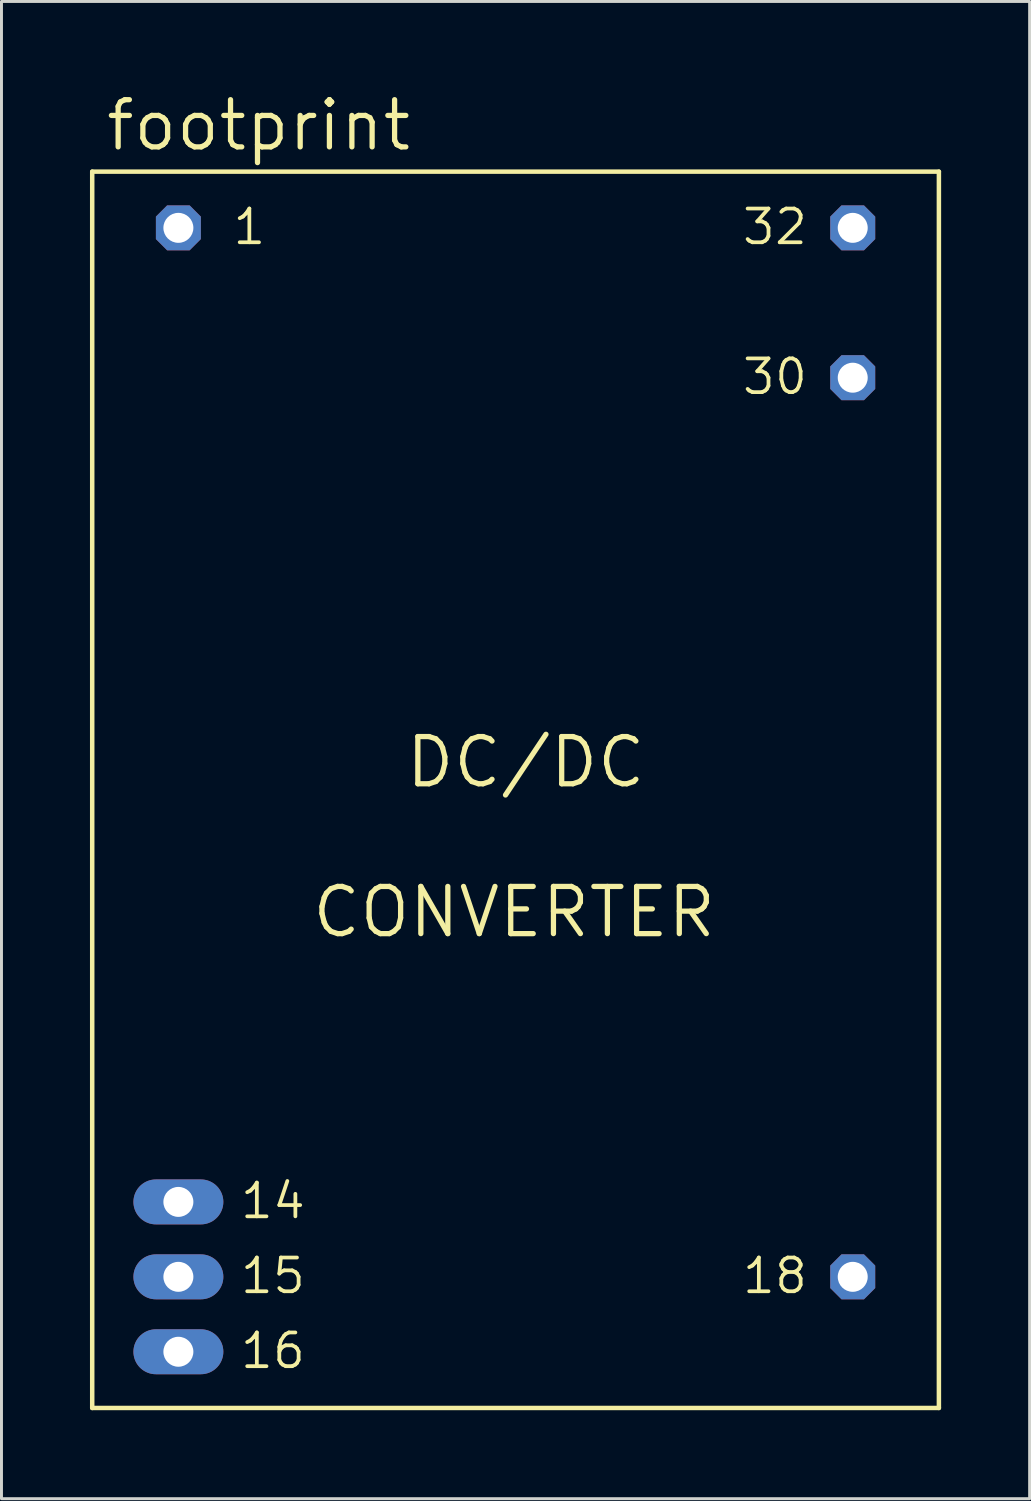
<source format=kicad_pcb>
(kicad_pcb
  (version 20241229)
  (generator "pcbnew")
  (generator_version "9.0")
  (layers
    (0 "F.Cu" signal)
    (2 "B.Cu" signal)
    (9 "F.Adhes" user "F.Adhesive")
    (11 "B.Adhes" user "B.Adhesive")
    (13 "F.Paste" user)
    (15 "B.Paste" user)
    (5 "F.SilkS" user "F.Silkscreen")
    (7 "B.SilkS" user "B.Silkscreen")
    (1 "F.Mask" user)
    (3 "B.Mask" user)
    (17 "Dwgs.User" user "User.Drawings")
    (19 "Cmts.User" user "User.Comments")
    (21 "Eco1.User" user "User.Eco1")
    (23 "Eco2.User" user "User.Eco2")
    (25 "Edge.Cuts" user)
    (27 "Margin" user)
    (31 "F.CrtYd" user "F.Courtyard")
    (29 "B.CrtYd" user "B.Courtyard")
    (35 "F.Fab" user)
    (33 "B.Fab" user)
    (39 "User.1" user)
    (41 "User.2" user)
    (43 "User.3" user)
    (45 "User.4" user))
  (footprint "footprint"
    (layer "F.Cu")
    (at 14.427 23.724)
    (property "Reference" "footprint" (at -13.97 -21.59 0) (layer "F.SilkS") (effects (font (size 1.6 1.6) (thickness 0.178)) (justify left bottom)))
    (fp_line (start -14.351 -20.955) (end 14.351 -20.955) (stroke (width 0.152) (type solid)) (layer "F.SilkS"))
    (fp_line (start -14.351 20.955) (end -14.351 -20.955) (stroke (width 0.152) (type solid)) (layer "F.SilkS"))
    (fp_line (start 14.351 -20.955) (end 14.351 20.955) (stroke (width 0.152) (type solid)) (layer "F.SilkS"))
    (fp_line (start 14.351 20.955) (end -14.351 20.955) (stroke (width 0.152) (type solid)) (layer "F.SilkS"))
    (fp_text user "DC/DC" (at -3.81 0 0) (layer "F.SilkS") (effects (font (size 1.6 1.6) (thickness 0.178)) (justify left bottom)))
    (fp_text user "15" (at -9.398 17.145 0) (layer "F.SilkS") (effects (font (size 1.143 1.143) (thickness 0.127)) (justify left bottom)))
    (fp_text user "18" (at 7.62 17.145 0) (layer "F.SilkS") (effects (font (size 1.143 1.143) (thickness 0.127)) (justify left bottom)))
    (fp_text user "32" (at 7.62 -18.415 0) (layer "F.SilkS") (effects (font (size 1.143 1.143) (thickness 0.127)) (justify left bottom)))
    (fp_text user "1" (at -9.652 -18.415 0) (layer "F.SilkS") (effects (font (size 1.143 1.143) (thickness 0.127)) (justify left bottom)))
    (fp_text user "CONVERTER" (at -6.985 5.08 0) (layer "F.SilkS") (effects (font (size 1.6 1.6) (thickness 0.178)) (justify left bottom)))
    (fp_text user "16" (at -9.398 19.685 0) (layer "F.SilkS") (effects (font (size 1.143 1.143) (thickness 0.127)) (justify left bottom)))
    (fp_text user "14" (at -9.398 14.605 0) (layer "F.SilkS") (effects (font (size 1.143 1.143) (thickness 0.127)) (justify left bottom)))
    (fp_text user "30" (at 7.62 -13.335 0) (layer "F.SilkS") (effects (font (size 1.143 1.143) (thickness 0.127)) (justify left bottom)))
    (pad "1" thru_hole roundrect (at -11.43 -19.05) (size 1.524 1.524) (drill 1.016) (layers "*.Cu" "*.Mask") (roundrect_rratio 0.25) (chamfer_ratio 0.25) (chamfer top_left top_right bottom_left bottom_right))
    (pad "14" thru_hole oval (at -11.43 13.97) (size 3.048 1.524) (drill 1.016) (layers "*.Cu" "*.Mask"))
    (pad "15" thru_hole oval (at -11.43 16.51) (size 3.048 1.524) (drill 1.016) (layers "*.Cu" "*.Mask"))
    (pad "16" thru_hole oval (at -11.43 19.05) (size 3.048 1.524) (drill 1.016) (layers "*.Cu" "*.Mask"))
    (pad "18" thru_hole roundrect (at 11.43 16.51) (size 1.524 1.524) (drill 1.016) (layers "*.Cu" "*.Mask") (roundrect_rratio 0.25) (chamfer_ratio 0.25) (chamfer top_left top_right bottom_left bottom_right))
    (pad "30" thru_hole roundrect (at 11.43 -13.97) (size 1.524 1.524) (drill 1.016) (layers "*.Cu" "*.Mask") (roundrect_rratio 0.25) (chamfer_ratio 0.25) (chamfer top_left top_right bottom_left bottom_right))
    (pad "32" thru_hole roundrect (at 11.43 -19.05) (size 1.524 1.524) (drill 1.016) (layers "*.Cu" "*.Mask") (roundrect_rratio 0.25) (chamfer_ratio 0.25) (chamfer top_left top_right bottom_left bottom_right)))
  (gr_rect
    (start -3 -3)
    (end 31.854 47.755)
    (stroke (width 0.1) (type default))
    (fill no)
    (layer "Edge.Cuts")))
</source>
